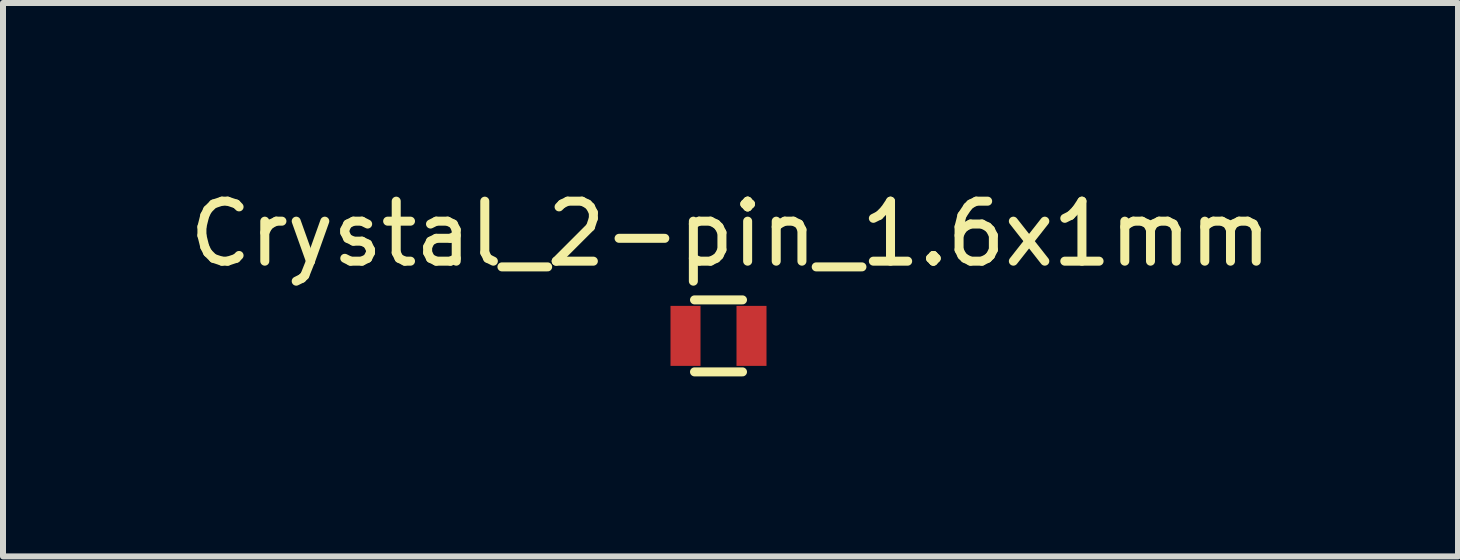
<source format=kicad_pcb>
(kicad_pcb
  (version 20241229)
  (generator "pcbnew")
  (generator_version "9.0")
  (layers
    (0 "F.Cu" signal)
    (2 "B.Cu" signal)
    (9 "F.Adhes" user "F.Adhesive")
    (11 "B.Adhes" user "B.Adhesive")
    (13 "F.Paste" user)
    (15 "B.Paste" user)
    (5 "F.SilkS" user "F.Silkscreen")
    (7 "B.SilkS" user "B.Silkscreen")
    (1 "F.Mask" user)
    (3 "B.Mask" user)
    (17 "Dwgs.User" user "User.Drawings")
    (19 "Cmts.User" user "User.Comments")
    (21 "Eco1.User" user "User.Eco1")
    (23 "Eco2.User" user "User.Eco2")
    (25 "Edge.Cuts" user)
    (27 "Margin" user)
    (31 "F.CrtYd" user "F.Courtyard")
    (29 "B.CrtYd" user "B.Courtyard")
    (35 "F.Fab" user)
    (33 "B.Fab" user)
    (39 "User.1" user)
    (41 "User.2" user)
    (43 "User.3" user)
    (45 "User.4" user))
  (footprint "Crystal_2-pin_1.6x1mm"
    (layer "F.Cu")
    (at 8.925 2.548)
    (property "Reference" "Crystal_2-pin_1.6x1mm" (at 0.2 -1.7 0) (layer "F.SilkS") (effects (font (size 1 1) (thickness 0.15))))
    (attr through_hole)
    (fp_line (start -0.4 -0.6) (end 0.4 -0.6) (stroke (width 0.15) (type solid)) (layer "F.SilkS"))
    (fp_line (start -0.4 0.6) (end 0.4 0.6) (stroke (width 0.15) (type solid)) (layer "F.SilkS"))
    (pad "1" smd rect (at -0.55 0) (size 0.5 1) (layers "F.Cu" "F.Mask" "F.Paste"))
    (pad "2" smd rect (at 0.55 0) (size 0.5 1) (layers "F.Cu" "F.Mask" "F.Paste")))
  (gr_rect
    (start -3 -3)
    (end 21.25 6.223)
    (stroke (width 0.1) (type default))
    (fill no)
    (layer "Edge.Cuts")))
</source>
